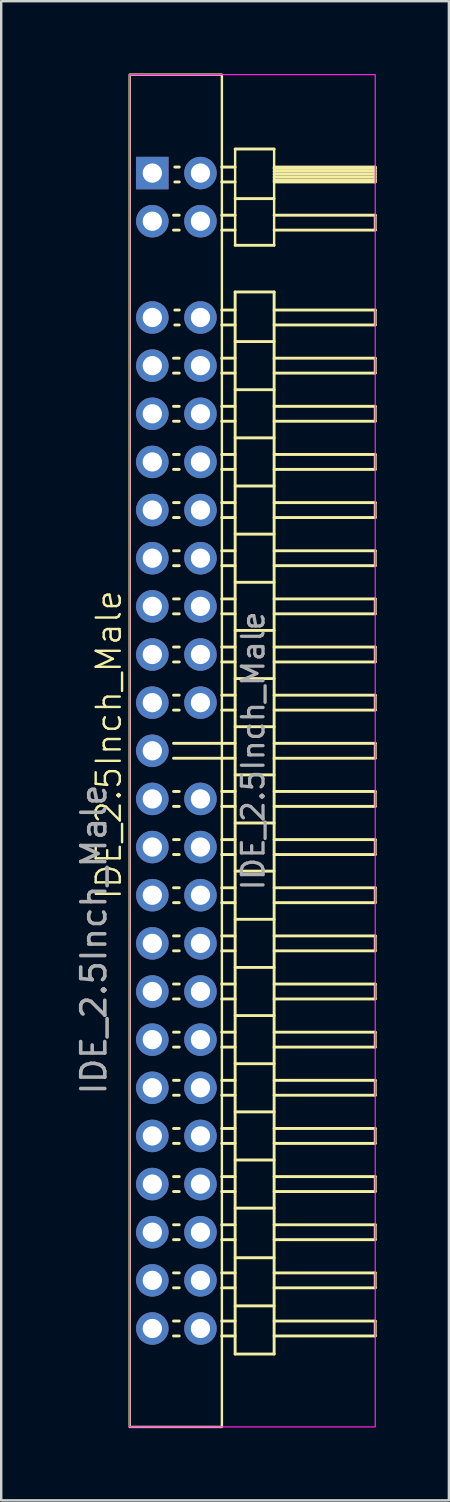
<source format=kicad_pcb>
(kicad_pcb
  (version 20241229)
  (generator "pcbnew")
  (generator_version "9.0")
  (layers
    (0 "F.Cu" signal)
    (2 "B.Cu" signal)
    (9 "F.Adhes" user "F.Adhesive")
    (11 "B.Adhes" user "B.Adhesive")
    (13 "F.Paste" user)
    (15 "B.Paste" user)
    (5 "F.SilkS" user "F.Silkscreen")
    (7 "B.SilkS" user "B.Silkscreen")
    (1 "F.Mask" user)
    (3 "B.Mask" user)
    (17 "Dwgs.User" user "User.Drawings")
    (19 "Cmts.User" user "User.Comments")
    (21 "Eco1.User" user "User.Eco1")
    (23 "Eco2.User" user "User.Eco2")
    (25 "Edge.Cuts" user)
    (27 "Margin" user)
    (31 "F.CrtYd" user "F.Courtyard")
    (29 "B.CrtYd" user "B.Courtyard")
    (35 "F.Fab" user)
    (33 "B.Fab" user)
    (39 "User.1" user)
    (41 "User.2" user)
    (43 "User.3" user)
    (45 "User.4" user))
  (footprint "IDE_2.5Inch_Male"
    (layer "F.Cu")
    (at 2.338 28.14)
    (property "Reference" "IDE_2.5Inch_Male" (at -0.87 -0.25 90) (unlocked yes) (layer "F.SilkS") (effects (font (size 1 1) (thickness 0.1))))
    (fp_line (start 1.822 -22.25) (end 2.058 -22.25) (stroke (width 0.12) (type solid)) (layer "F.SilkS"))
    (fp_line (start 1.822 -21.63) (end 2.058 -21.63) (stroke (width 0.12) (type solid)) (layer "F.SilkS"))
    (fp_line (start 1.822 -16.31) (end 2.058 -16.31) (stroke (width 0.12) (type solid)) (layer "F.SilkS"))
    (fp_line (start 1.822 -15.69) (end 2.058 -15.69) (stroke (width 0.12) (type solid)) (layer "F.SilkS"))
    (fp_line (start 1.822 -14.31) (end 2.058 -14.31) (stroke (width 0.12) (type solid)) (layer "F.SilkS"))
    (fp_line (start 1.822 -13.69) (end 2.058 -13.69) (stroke (width 0.12) (type solid)) (layer "F.SilkS"))
    (fp_line (start 1.822 -12.31) (end 2.058 -12.31) (stroke (width 0.12) (type solid)) (layer "F.SilkS"))
    (fp_line (start 1.822 -11.69) (end 2.058 -11.69) (stroke (width 0.12) (type solid)) (layer "F.SilkS"))
    (fp_line (start 1.822 -10.31) (end 2.058 -10.31) (stroke (width 0.12) (type solid)) (layer "F.SilkS"))
    (fp_line (start 1.822 -9.69) (end 2.058 -9.69) (stroke (width 0.12) (type solid)) (layer "F.SilkS"))
    (fp_line (start 1.822 -8.31) (end 2.058 -8.31) (stroke (width 0.12) (type solid)) (layer "F.SilkS"))
    (fp_line (start 1.822 -7.69) (end 2.058 -7.69) (stroke (width 0.12) (type solid)) (layer "F.SilkS"))
    (fp_line (start 1.822 -6.31) (end 2.058 -6.31) (stroke (width 0.12) (type solid)) (layer "F.SilkS"))
    (fp_line (start 1.822 -5.69) (end 2.058 -5.69) (stroke (width 0.12) (type solid)) (layer "F.SilkS"))
    (fp_line (start 1.822 -4.31) (end 2.058 -4.31) (stroke (width 0.12) (type solid)) (layer "F.SilkS"))
    (fp_line (start 1.822 -3.69) (end 2.058 -3.69) (stroke (width 0.12) (type solid)) (layer "F.SilkS"))
    (fp_line (start 1.822 -2.31) (end 2.058 -2.31) (stroke (width 0.12) (type solid)) (layer "F.SilkS"))
    (fp_line (start 1.822 -1.69) (end 2.058 -1.69) (stroke (width 0.12) (type solid)) (layer "F.SilkS"))
    (fp_line (start 1.822 -0.31) (end 4.38 -0.31) (stroke (width 0.12) (type solid)) (layer "F.SilkS"))
    (fp_line (start 1.822 0.31) (end 4.38 0.31) (stroke (width 0.12) (type solid)) (layer "F.SilkS"))
    (fp_line (start 1.822 1.69) (end 2.058 1.69) (stroke (width 0.12) (type solid)) (layer "F.SilkS"))
    (fp_line (start 1.822 2.31) (end 2.058 2.31) (stroke (width 0.12) (type solid)) (layer "F.SilkS"))
    (fp_line (start 1.822 3.69) (end 2.058 3.69) (stroke (width 0.12) (type solid)) (layer "F.SilkS"))
    (fp_line (start 1.822 4.31) (end 2.058 4.31) (stroke (width 0.12) (type solid)) (layer "F.SilkS"))
    (fp_line (start 1.822 5.69) (end 2.058 5.69) (stroke (width 0.12) (type solid)) (layer "F.SilkS"))
    (fp_line (start 1.822 6.31) (end 2.058 6.31) (stroke (width 0.12) (type solid)) (layer "F.SilkS"))
    (fp_line (start 1.822 7.69) (end 2.058 7.69) (stroke (width 0.12) (type solid)) (layer "F.SilkS"))
    (fp_line (start 1.822 8.31) (end 2.058 8.31) (stroke (width 0.12) (type solid)) (layer "F.SilkS"))
    (fp_line (start 1.822 9.69) (end 2.058 9.69) (stroke (width 0.12) (type solid)) (layer "F.SilkS"))
    (fp_line (start 1.822 10.31) (end 2.058 10.31) (stroke (width 0.12) (type solid)) (layer "F.SilkS"))
    (fp_line (start 1.822 11.69) (end 2.058 11.69) (stroke (width 0.12) (type solid)) (layer "F.SilkS"))
    (fp_line (start 1.822 12.31) (end 2.058 12.31) (stroke (width 0.12) (type solid)) (layer "F.SilkS"))
    (fp_line (start 1.822 13.69) (end 2.058 13.69) (stroke (width 0.12) (type solid)) (layer "F.SilkS"))
    (fp_line (start 1.822 14.31) (end 2.058 14.31) (stroke (width 0.12) (type solid)) (layer "F.SilkS"))
    (fp_line (start 1.822 15.69) (end 2.058 15.69) (stroke (width 0.12) (type solid)) (layer "F.SilkS"))
    (fp_line (start 1.822 16.31) (end 2.058 16.31) (stroke (width 0.12) (type solid)) (layer "F.SilkS"))
    (fp_line (start 1.822 17.69) (end 2.058 17.69) (stroke (width 0.12) (type solid)) (layer "F.SilkS"))
    (fp_line (start 1.822 18.31) (end 2.058 18.31) (stroke (width 0.12) (type solid)) (layer "F.SilkS"))
    (fp_line (start 1.822 19.69) (end 2.058 19.69) (stroke (width 0.12) (type solid)) (layer "F.SilkS"))
    (fp_line (start 1.822 20.31) (end 2.058 20.31) (stroke (width 0.12) (type solid)) (layer "F.SilkS"))
    (fp_line (start 1.822 21.69) (end 2.058 21.69) (stroke (width 0.12) (type solid)) (layer "F.SilkS"))
    (fp_line (start 1.822 22.31) (end 2.058 22.31) (stroke (width 0.12) (type solid)) (layer "F.SilkS"))
    (fp_line (start 1.822 23.69) (end 2.058 23.69) (stroke (width 0.12) (type solid)) (layer "F.SilkS"))
    (fp_line (start 1.822 24.31) (end 2.058 24.31) (stroke (width 0.12) (type solid)) (layer "F.SilkS"))
    (fp_line (start 1.875 -24.25) (end 2.058 -24.25) (stroke (width 0.12) (type solid)) (layer "F.SilkS"))
    (fp_line (start 1.875 -23.63) (end 2.058 -23.63) (stroke (width 0.12) (type solid)) (layer "F.SilkS"))
    (fp_line (start 1.875 -18.31) (end 2.058 -18.31) (stroke (width 0.12) (type solid)) (layer "F.SilkS"))
    (fp_line (start 1.875 -17.69) (end 2.058 -17.69) (stroke (width 0.12) (type solid)) (layer "F.SilkS"))
    (fp_line (start 3.822 -24.25) (end 4.38 -24.25) (stroke (width 0.12) (type solid)) (layer "F.SilkS"))
    (fp_line (start 3.822 -23.63) (end 4.38 -23.63) (stroke (width 0.12) (type solid)) (layer "F.SilkS"))
    (fp_line (start 3.822 -22.25) (end 4.38 -22.25) (stroke (width 0.12) (type solid)) (layer "F.SilkS"))
    (fp_line (start 3.822 -21.63) (end 4.38 -21.63) (stroke (width 0.12) (type solid)) (layer "F.SilkS"))
    (fp_line (start 3.822 -18.31) (end 4.38 -18.31) (stroke (width 0.12) (type solid)) (layer "F.SilkS"))
    (fp_line (start 3.822 -17.69) (end 4.38 -17.69) (stroke (width 0.12) (type solid)) (layer "F.SilkS"))
    (fp_line (start 3.822 -16.31) (end 4.38 -16.31) (stroke (width 0.12) (type solid)) (layer "F.SilkS"))
    (fp_line (start 3.822 -15.69) (end 4.38 -15.69) (stroke (width 0.12) (type solid)) (layer "F.SilkS"))
    (fp_line (start 3.822 -14.31) (end 4.38 -14.31) (stroke (width 0.12) (type solid)) (layer "F.SilkS"))
    (fp_line (start 3.822 -13.69) (end 4.38 -13.69) (stroke (width 0.12) (type solid)) (layer "F.SilkS"))
    (fp_line (start 3.822 -12.31) (end 4.38 -12.31) (stroke (width 0.12) (type solid)) (layer "F.SilkS"))
    (fp_line (start 3.822 -11.69) (end 4.38 -11.69) (stroke (width 0.12) (type solid)) (layer "F.SilkS"))
    (fp_line (start 3.822 -10.31) (end 4.38 -10.31) (stroke (width 0.12) (type solid)) (layer "F.SilkS"))
    (fp_line (start 3.822 -9.69) (end 4.38 -9.69) (stroke (width 0.12) (type solid)) (layer "F.SilkS"))
    (fp_line (start 3.822 -8.31) (end 4.38 -8.31) (stroke (width 0.12) (type solid)) (layer "F.SilkS"))
    (fp_line (start 3.822 -7.69) (end 4.38 -7.69) (stroke (width 0.12) (type solid)) (layer "F.SilkS"))
    (fp_line (start 3.822 -6.31) (end 4.38 -6.31) (stroke (width 0.12) (type solid)) (layer "F.SilkS"))
    (fp_line (start 3.822 -5.69) (end 4.38 -5.69) (stroke (width 0.12) (type solid)) (layer "F.SilkS"))
    (fp_line (start 3.822 -4.31) (end 4.38 -4.31) (stroke (width 0.12) (type solid)) (layer "F.SilkS"))
    (fp_line (start 3.822 -3.69) (end 4.38 -3.69) (stroke (width 0.12) (type solid)) (layer "F.SilkS"))
    (fp_line (start 3.822 -2.31) (end 4.38 -2.31) (stroke (width 0.12) (type solid)) (layer "F.SilkS"))
    (fp_line (start 3.822 -1.69) (end 4.38 -1.69) (stroke (width 0.12) (type solid)) (layer "F.SilkS"))
    (fp_line (start 3.822 1.69) (end 4.38 1.69) (stroke (width 0.12) (type solid)) (layer "F.SilkS"))
    (fp_line (start 3.822 2.31) (end 4.38 2.31) (stroke (width 0.12) (type solid)) (layer "F.SilkS"))
    (fp_line (start 3.822 3.69) (end 4.38 3.69) (stroke (width 0.12) (type solid)) (layer "F.SilkS"))
    (fp_line (start 3.822 4.31) (end 4.38 4.31) (stroke (width 0.12) (type solid)) (layer "F.SilkS"))
    (fp_line (start 3.822 5.69) (end 4.38 5.69) (stroke (width 0.12) (type solid)) (layer "F.SilkS"))
    (fp_line (start 3.822 6.31) (end 4.38 6.31) (stroke (width 0.12) (type solid)) (layer "F.SilkS"))
    (fp_line (start 3.822 7.69) (end 4.38 7.69) (stroke (width 0.12) (type solid)) (layer "F.SilkS"))
    (fp_line (start 3.822 8.31) (end 4.38 8.31) (stroke (width 0.12) (type solid)) (layer "F.SilkS"))
    (fp_line (start 3.822 9.69) (end 4.38 9.69) (stroke (width 0.12) (type solid)) (layer "F.SilkS"))
    (fp_line (start 3.822 10.31) (end 4.38 10.31) (stroke (width 0.12) (type solid)) (layer "F.SilkS"))
    (fp_line (start 3.822 11.69) (end 4.38 11.69) (stroke (width 0.12) (type solid)) (layer "F.SilkS"))
    (fp_line (start 3.822 12.31) (end 4.38 12.31) (stroke (width 0.12) (type solid)) (layer "F.SilkS"))
    (fp_line (start 3.822 13.69) (end 4.38 13.69) (stroke (width 0.12) (type solid)) (layer "F.SilkS"))
    (fp_line (start 3.822 14.31) (end 4.38 14.31) (stroke (width 0.12) (type solid)) (layer "F.SilkS"))
    (fp_line (start 3.822 15.69) (end 4.38 15.69) (stroke (width 0.12) (type solid)) (layer "F.SilkS"))
    (fp_line (start 3.822 16.31) (end 4.38 16.31) (stroke (width 0.12) (type solid)) (layer "F.SilkS"))
    (fp_line (start 3.822 17.69) (end 4.38 17.69) (stroke (width 0.12) (type solid)) (layer "F.SilkS"))
    (fp_line (start 3.822 18.31) (end 4.38 18.31) (stroke (width 0.12) (type solid)) (layer "F.SilkS"))
    (fp_line (start 3.822 19.69) (end 4.38 19.69) (stroke (width 0.12) (type solid)) (layer "F.SilkS"))
    (fp_line (start 3.822 20.31) (end 4.38 20.31) (stroke (width 0.12) (type solid)) (layer "F.SilkS"))
    (fp_line (start 3.822 21.69) (end 4.38 21.69) (stroke (width 0.12) (type solid)) (layer "F.SilkS"))
    (fp_line (start 3.822 22.31) (end 4.38 22.31) (stroke (width 0.12) (type solid)) (layer "F.SilkS"))
    (fp_line (start 3.822 23.69) (end 4.38 23.69) (stroke (width 0.12) (type solid)) (layer "F.SilkS"))
    (fp_line (start 3.822 24.31) (end 4.38 24.31) (stroke (width 0.12) (type solid)) (layer "F.SilkS"))
    (fp_line (start 4.38 -25) (end 4.38 -21) (stroke (width 0.1) (type default)) (layer "F.SilkS"))
    (fp_line (start 4.38 -22.94) (end 6 -22.94) (stroke (width 0.12) (type solid)) (layer "F.SilkS"))
    (fp_line (start 4.38 -21) (end 6 -21) (stroke (width 0.12) (type solid)) (layer "F.SilkS"))
    (fp_line (start 4.38 -19.06) (end 4.38 25.06) (stroke (width 0.12) (type solid)) (layer "F.SilkS"))
    (fp_line (start 4.38 -17) (end 6 -17) (stroke (width 0.12) (type solid)) (layer "F.SilkS"))
    (fp_line (start 4.38 -15) (end 6 -15) (stroke (width 0.12) (type solid)) (layer "F.SilkS"))
    (fp_line (start 4.38 -13) (end 6 -13) (stroke (width 0.12) (type solid)) (layer "F.SilkS"))
    (fp_line (start 4.38 -11) (end 6 -11) (stroke (width 0.12) (type solid)) (layer "F.SilkS"))
    (fp_line (start 4.38 -9) (end 6 -9) (stroke (width 0.12) (type solid)) (layer "F.SilkS"))
    (fp_line (start 4.38 -7) (end 6 -7) (stroke (width 0.12) (type solid)) (layer "F.SilkS"))
    (fp_line (start 4.38 -5) (end 6 -5) (stroke (width 0.12) (type solid)) (layer "F.SilkS"))
    (fp_line (start 4.38 -3) (end 6 -3) (stroke (width 0.12) (type solid)) (layer "F.SilkS"))
    (fp_line (start 4.38 -1) (end 6 -1) (stroke (width 0.12) (type solid)) (layer "F.SilkS"))
    (fp_line (start 4.38 1) (end 6 1) (stroke (width 0.12) (type solid)) (layer "F.SilkS"))
    (fp_line (start 4.38 3) (end 6 3) (stroke (width 0.12) (type solid)) (layer "F.SilkS"))
    (fp_line (start 4.38 5) (end 6 5) (stroke (width 0.12) (type solid)) (layer "F.SilkS"))
    (fp_line (start 4.38 7) (end 6 7) (stroke (width 0.12) (type solid)) (layer "F.SilkS"))
    (fp_line (start 4.38 9) (end 6 9) (stroke (width 0.12) (type solid)) (layer "F.SilkS"))
    (fp_line (start 4.38 11) (end 6 11) (stroke (width 0.12) (type solid)) (layer "F.SilkS"))
    (fp_line (start 4.38 13) (end 6 13) (stroke (width 0.12) (type solid)) (layer "F.SilkS"))
    (fp_line (start 4.38 15) (end 6 15) (stroke (width 0.12) (type solid)) (layer "F.SilkS"))
    (fp_line (start 4.38 17) (end 6 17) (stroke (width 0.12) (type solid)) (layer "F.SilkS"))
    (fp_line (start 4.38 19) (end 6 19) (stroke (width 0.12) (type solid)) (layer "F.SilkS"))
    (fp_line (start 4.38 21.06) (end 6 21.06) (stroke (width 0.12) (type solid)) (layer "F.SilkS"))
    (fp_line (start 4.38 23.06) (end 6 23.06) (stroke (width 0.12) (type solid)) (layer "F.SilkS"))
    (fp_line (start 4.38 25.06) (end 6 25.06) (stroke (width 0.12) (type solid)) (layer "F.SilkS"))
    (fp_line (start 6 -25) (end 4.38 -25) (stroke (width 0.12) (type solid)) (layer "F.SilkS"))
    (fp_line (start 6 -24.25) (end 10.2 -24.25) (stroke (width 0.12) (type solid)) (layer "F.SilkS"))
    (fp_line (start 6 -24.19) (end 10.2 -24.19) (stroke (width 0.12) (type solid)) (layer "F.SilkS"))
    (fp_line (start 6 -24.07) (end 10.2 -24.07) (stroke (width 0.12) (type solid)) (layer "F.SilkS"))
    (fp_line (start 6 -23.95) (end 10.2 -23.95) (stroke (width 0.12) (type solid)) (layer "F.SilkS"))
    (fp_line (start 6 -23.83) (end 10.2 -23.83) (stroke (width 0.12) (type solid)) (layer "F.SilkS"))
    (fp_line (start 6 -23.71) (end 10.2 -23.71) (stroke (width 0.12) (type solid)) (layer "F.SilkS"))
    (fp_line (start 6 -22.25) (end 10.2 -22.25) (stroke (width 0.12) (type solid)) (layer "F.SilkS"))
    (fp_line (start 6 -21) (end 6 -25) (stroke (width 0.1) (type default)) (layer "F.SilkS"))
    (fp_line (start 6 -19.06) (end 4.38 -19.06) (stroke (width 0.12) (type solid)) (layer "F.SilkS"))
    (fp_line (start 6 -18.31) (end 10.2 -18.31) (stroke (width 0.12) (type solid)) (layer "F.SilkS"))
    (fp_line (start 6 -16.31) (end 10.2 -16.31) (stroke (width 0.12) (type solid)) (layer "F.SilkS"))
    (fp_line (start 6 -14.31) (end 10.2 -14.31) (stroke (width 0.12) (type solid)) (layer "F.SilkS"))
    (fp_line (start 6 -12.31) (end 10.2 -12.31) (stroke (width 0.12) (type solid)) (layer "F.SilkS"))
    (fp_line (start 6 -10.31) (end 10.2 -10.31) (stroke (width 0.12) (type solid)) (layer "F.SilkS"))
    (fp_line (start 6 -8.31) (end 10.2 -8.31) (stroke (width 0.12) (type solid)) (layer "F.SilkS"))
    (fp_line (start 6 -6.31) (end 10.2 -6.31) (stroke (width 0.12) (type solid)) (layer "F.SilkS"))
    (fp_line (start 6 -4.31) (end 10.2 -4.31) (stroke (width 0.12) (type solid)) (layer "F.SilkS"))
    (fp_line (start 6 -2.31) (end 10.2 -2.31) (stroke (width 0.12) (type solid)) (layer "F.SilkS"))
    (fp_line (start 6 -0.31) (end 10.2 -0.31) (stroke (width 0.12) (type solid)) (layer "F.SilkS"))
    (fp_line (start 6 1.69) (end 10.2 1.69) (stroke (width 0.12) (type solid)) (layer "F.SilkS"))
    (fp_line (start 6 3.69) (end 10.2 3.69) (stroke (width 0.12) (type solid)) (layer "F.SilkS"))
    (fp_line (start 6 5.69) (end 10.2 5.69) (stroke (width 0.12) (type solid)) (layer "F.SilkS"))
    (fp_line (start 6 7.69) (end 10.2 7.69) (stroke (width 0.12) (type solid)) (layer "F.SilkS"))
    (fp_line (start 6 9.69) (end 10.2 9.69) (stroke (width 0.12) (type solid)) (layer "F.SilkS"))
    (fp_line (start 6 11.69) (end 10.2 11.69) (stroke (width 0.12) (type solid)) (layer "F.SilkS"))
    (fp_line (start 6 13.69) (end 10.2 13.69) (stroke (width 0.12) (type solid)) (layer "F.SilkS"))
    (fp_line (start 6 15.69) (end 10.2 15.69) (stroke (width 0.12) (type solid)) (layer "F.SilkS"))
    (fp_line (start 6 17.69) (end 10.2 17.69) (stroke (width 0.12) (type solid)) (layer "F.SilkS"))
    (fp_line (start 6 19.69) (end 10.2 19.69) (stroke (width 0.12) (type solid)) (layer "F.SilkS"))
    (fp_line (start 6 21.69) (end 10.2 21.69) (stroke (width 0.12) (type solid)) (layer "F.SilkS"))
    (fp_line (start 6 23.69) (end 10.2 23.69) (stroke (width 0.12) (type solid)) (layer "F.SilkS"))
    (fp_line (start 6 25.06) (end 6 -19.06) (stroke (width 0.12) (type solid)) (layer "F.SilkS"))
    (fp_line (start 10.2 -24.25) (end 10.2 -23.63) (stroke (width 0.12) (type solid)) (layer "F.SilkS"))
    (fp_line (start 10.2 -23.63) (end 6 -23.63) (stroke (width 0.12) (type solid)) (layer "F.SilkS"))
    (fp_line (start 10.2 -22.25) (end 10.2 -21.63) (stroke (width 0.12) (type solid)) (layer "F.SilkS"))
    (fp_line (start 10.2 -21.63) (end 6 -21.63) (stroke (width 0.12) (type solid)) (layer "F.SilkS"))
    (fp_line (start 10.2 -18.31) (end 10.2 -17.69) (stroke (width 0.12) (type solid)) (layer "F.SilkS"))
    (fp_line (start 10.2 -17.69) (end 6 -17.69) (stroke (width 0.12) (type solid)) (layer "F.SilkS"))
    (fp_line (start 10.2 -16.31) (end 10.2 -15.69) (stroke (width 0.12) (type solid)) (layer "F.SilkS"))
    (fp_line (start 10.2 -15.69) (end 6 -15.69) (stroke (width 0.12) (type solid)) (layer "F.SilkS"))
    (fp_line (start 10.2 -14.31) (end 10.2 -13.69) (stroke (width 0.12) (type solid)) (layer "F.SilkS"))
    (fp_line (start 10.2 -13.69) (end 6 -13.69) (stroke (width 0.12) (type solid)) (layer "F.SilkS"))
    (fp_line (start 10.2 -12.31) (end 10.2 -11.69) (stroke (width 0.12) (type solid)) (layer "F.SilkS"))
    (fp_line (start 10.2 -11.69) (end 6 -11.69) (stroke (width 0.12) (type solid)) (layer "F.SilkS"))
    (fp_line (start 10.2 -10.31) (end 10.2 -9.69) (stroke (width 0.12) (type solid)) (layer "F.SilkS"))
    (fp_line (start 10.2 -9.69) (end 6 -9.69) (stroke (width 0.12) (type solid)) (layer "F.SilkS"))
    (fp_line (start 10.2 -8.31) (end 10.2 -7.69) (stroke (width 0.12) (type solid)) (layer "F.SilkS"))
    (fp_line (start 10.2 -7.69) (end 6 -7.69) (stroke (width 0.12) (type solid)) (layer "F.SilkS"))
    (fp_line (start 10.2 -6.31) (end 10.2 -5.69) (stroke (width 0.12) (type solid)) (layer "F.SilkS"))
    (fp_line (start 10.2 -5.69) (end 6 -5.69) (stroke (width 0.12) (type solid)) (layer "F.SilkS"))
    (fp_line (start 10.2 -4.31) (end 10.2 -3.69) (stroke (width 0.12) (type solid)) (layer "F.SilkS"))
    (fp_line (start 10.2 -3.69) (end 6 -3.69) (stroke (width 0.12) (type solid)) (layer "F.SilkS"))
    (fp_line (start 10.2 -2.31) (end 10.2 -1.69) (stroke (width 0.12) (type solid)) (layer "F.SilkS"))
    (fp_line (start 10.2 -1.69) (end 6 -1.69) (stroke (width 0.12) (type solid)) (layer "F.SilkS"))
    (fp_line (start 10.2 -0.31) (end 10.2 0.31) (stroke (width 0.12) (type solid)) (layer "F.SilkS"))
    (fp_line (start 10.2 0.31) (end 6 0.31) (stroke (width 0.12) (type solid)) (layer "F.SilkS"))
    (fp_line (start 10.2 1.69) (end 10.2 2.31) (stroke (width 0.12) (type solid)) (layer "F.SilkS"))
    (fp_line (start 10.2 2.31) (end 6 2.31) (stroke (width 0.12) (type solid)) (layer "F.SilkS"))
    (fp_line (start 10.2 3.69) (end 10.2 4.31) (stroke (width 0.12) (type solid)) (layer "F.SilkS"))
    (fp_line (start 10.2 4.31) (end 6 4.31) (stroke (width 0.12) (type solid)) (layer "F.SilkS"))
    (fp_line (start 10.2 5.69) (end 10.2 6.31) (stroke (width 0.12) (type solid)) (layer "F.SilkS"))
    (fp_line (start 10.2 6.31) (end 6 6.31) (stroke (width 0.12) (type solid)) (layer "F.SilkS"))
    (fp_line (start 10.2 7.69) (end 10.2 8.31) (stroke (width 0.12) (type solid)) (layer "F.SilkS"))
    (fp_line (start 10.2 8.31) (end 6 8.31) (stroke (width 0.12) (type solid)) (layer "F.SilkS"))
    (fp_line (start 10.2 9.69) (end 10.2 10.31) (stroke (width 0.12) (type solid)) (layer "F.SilkS"))
    (fp_line (start 10.2 10.31) (end 6 10.31) (stroke (width 0.12) (type solid)) (layer "F.SilkS"))
    (fp_line (start 10.2 11.69) (end 10.2 12.31) (stroke (width 0.12) (type solid)) (layer "F.SilkS"))
    (fp_line (start 10.2 12.31) (end 6 12.31) (stroke (width 0.12) (type solid)) (layer "F.SilkS"))
    (fp_line (start 10.2 13.69) (end 10.2 14.31) (stroke (width 0.12) (type solid)) (layer "F.SilkS"))
    (fp_line (start 10.2 14.31) (end 6 14.31) (stroke (width 0.12) (type solid)) (layer "F.SilkS"))
    (fp_line (start 10.2 15.69) (end 10.2 16.31) (stroke (width 0.12) (type solid)) (layer "F.SilkS"))
    (fp_line (start 10.2 16.31) (end 6 16.31) (stroke (width 0.12) (type solid)) (layer "F.SilkS"))
    (fp_line (start 10.2 17.69) (end 10.2 18.31) (stroke (width 0.12) (type solid)) (layer "F.SilkS"))
    (fp_line (start 10.2 18.31) (end 6 18.31) (stroke (width 0.12) (type solid)) (layer "F.SilkS"))
    (fp_line (start 10.2 19.69) (end 10.2 20.31) (stroke (width 0.12) (type solid)) (layer "F.SilkS"))
    (fp_line (start 10.2 20.31) (end 6 20.31) (stroke (width 0.12) (type solid)) (layer "F.SilkS"))
    (fp_line (start 10.2 21.69) (end 10.2 22.31) (stroke (width 0.12) (type solid)) (layer "F.SilkS"))
    (fp_line (start 10.2 22.31) (end 6 22.31) (stroke (width 0.12) (type solid)) (layer "F.SilkS"))
    (fp_line (start 10.2 23.69) (end 10.2 24.31) (stroke (width 0.12) (type solid)) (layer "F.SilkS"))
    (fp_line (start 10.2 24.31) (end 6 24.31) (stroke (width 0.12) (type solid)) (layer "F.SilkS"))
    (fp_rect (start 0 -28.09) (end 3.83 28.09) (stroke (width 0.1) (type default)) (fill no) (layer "F.SilkS"))
    (fp_rect (start 0 -28.09) (end 10.2 28.09) (stroke (width 0.05) (type default)) (fill no) (layer "F.CrtYd"))
    (fp_text user "${REFERENCE}" (at 5.13 0 90) (layer "F.Fab") (effects (font (size 0.9 0.9) (thickness 0.135))))
    (fp_text user "${REFERENCE}" (at -1.49 7.84 90) (unlocked yes) (layer "F.Fab") (effects (font (size 1 1) (thickness 0.15))))
    (pad "1" thru_hole oval (at 0.94 -18) (size 1.35 1.35) (drill 0.8) (layers "*.Cu" "*.Mask"))
    (pad "2" thru_hole oval (at 2.94 -18) (size 1.35 1.35) (drill 0.8) (layers "*.Cu" "*.Mask"))
    (pad "3" thru_hole oval (at 0.94 -16) (size 1.35 1.35) (drill 0.8) (layers "*.Cu" "*.Mask"))
    (pad "4" thru_hole oval (at 2.94 -16) (size 1.35 1.35) (drill 0.8) (layers "*.Cu" "*.Mask"))
    (pad "5" thru_hole oval (at 0.94 -14) (size 1.35 1.35) (drill 0.8) (layers "*.Cu" "*.Mask"))
    (pad "6" thru_hole oval (at 2.94 -14) (size 1.35 1.35) (drill 0.8) (layers "*.Cu" "*.Mask"))
    (pad "7" thru_hole oval (at 0.94 -12) (size 1.35 1.35) (drill 0.8) (layers "*.Cu" "*.Mask"))
    (pad "8" thru_hole oval (at 2.94 -12) (size 1.35 1.35) (drill 0.8) (layers "*.Cu" "*.Mask"))
    (pad "9" thru_hole oval (at 0.94 -10) (size 1.35 1.35) (drill 0.8) (layers "*.Cu" "*.Mask"))
    (pad "10" thru_hole oval (at 2.94 -10) (size 1.35 1.35) (drill 0.8) (layers "*.Cu" "*.Mask"))
    (pad "11" thru_hole oval (at 0.94 -8) (size 1.35 1.35) (drill 0.8) (layers "*.Cu" "*.Mask"))
    (pad "12" thru_hole oval (at 2.94 -8) (size 1.35 1.35) (drill 0.8) (layers "*.Cu" "*.Mask"))
    (pad "13" thru_hole oval (at 0.94 -6) (size 1.35 1.35) (drill 0.8) (layers "*.Cu" "*.Mask"))
    (pad "14" thru_hole oval (at 2.94 -6) (size 1.35 1.35) (drill 0.8) (layers "*.Cu" "*.Mask"))
    (pad "15" thru_hole oval (at 0.94 -4) (size 1.35 1.35) (drill 0.8) (layers "*.Cu" "*.Mask"))
    (pad "16" thru_hole oval (at 2.94 -4) (size 1.35 1.35) (drill 0.8) (layers "*.Cu" "*.Mask"))
    (pad "17" thru_hole oval (at 0.94 -2) (size 1.35 1.35) (drill 0.8) (layers "*.Cu" "*.Mask"))
    (pad "18" thru_hole oval (at 2.94 -2) (size 1.35 1.35) (drill 0.8) (layers "*.Cu" "*.Mask"))
    (pad "19" thru_hole oval (at 0.94 0) (size 1.35 1.35) (drill 0.8) (layers "*.Cu" "*.Mask"))
    (pad "21" thru_hole oval (at 0.94 2) (size 1.35 1.35) (drill 0.8) (layers "*.Cu" "*.Mask"))
    (pad "22" thru_hole oval (at 2.94 2) (size 1.35 1.35) (drill 0.8) (layers "*.Cu" "*.Mask"))
    (pad "23" thru_hole oval (at 0.94 4) (size 1.35 1.35) (drill 0.8) (layers "*.Cu" "*.Mask"))
    (pad "24" thru_hole oval (at 2.94 4) (size 1.35 1.35) (drill 0.8) (layers "*.Cu" "*.Mask"))
    (pad "25" thru_hole oval (at 0.94 6) (size 1.35 1.35) (drill 0.8) (layers "*.Cu" "*.Mask"))
    (pad "26" thru_hole oval (at 2.94 6) (size 1.35 1.35) (drill 0.8) (layers "*.Cu" "*.Mask"))
    (pad "27" thru_hole oval (at 0.94 8) (size 1.35 1.35) (drill 0.8) (layers "*.Cu" "*.Mask"))
    (pad "28" thru_hole oval (at 2.94 8) (size 1.35 1.35) (drill 0.8) (layers "*.Cu" "*.Mask"))
    (pad "29" thru_hole oval (at 0.94 10) (size 1.35 1.35) (drill 0.8) (layers "*.Cu" "*.Mask"))
    (pad "30" thru_hole oval (at 2.94 10) (size 1.35 1.35) (drill 0.8) (layers "*.Cu" "*.Mask"))
    (pad "31" thru_hole oval (at 0.94 12) (size 1.35 1.35) (drill 0.8) (layers "*.Cu" "*.Mask"))
    (pad "32" thru_hole oval (at 2.94 12) (size 1.35 1.35) (drill 0.8) (layers "*.Cu" "*.Mask"))
    (pad "33" thru_hole oval (at 0.94 14) (size 1.35 1.35) (drill 0.8) (layers "*.Cu" "*.Mask"))
    (pad "34" thru_hole oval (at 2.94 14) (size 1.35 1.35) (drill 0.8) (layers "*.Cu" "*.Mask"))
    (pad "35" thru_hole oval (at 0.94 16) (size 1.35 1.35) (drill 0.8) (layers "*.Cu" "*.Mask"))
    (pad "36" thru_hole oval (at 2.94 16) (size 1.35 1.35) (drill 0.8) (layers "*.Cu" "*.Mask"))
    (pad "37" thru_hole oval (at 0.94 18) (size 1.35 1.35) (drill 0.8) (layers "*.Cu" "*.Mask"))
    (pad "38" thru_hole oval (at 2.94 18) (size 1.35 1.35) (drill 0.8) (layers "*.Cu" "*.Mask"))
    (pad "39" thru_hole oval (at 0.94 20) (size 1.35 1.35) (drill 0.8) (layers "*.Cu" "*.Mask"))
    (pad "40" thru_hole oval (at 2.94 20) (size 1.35 1.35) (drill 0.8) (layers "*.Cu" "*.Mask"))
    (pad "41" thru_hole oval (at 0.94 22) (size 1.35 1.35) (drill 0.8) (layers "*.Cu" "*.Mask"))
    (pad "42" thru_hole oval (at 2.94 22) (size 1.35 1.35) (drill 0.8) (layers "*.Cu" "*.Mask"))
    (pad "43" thru_hole oval (at 0.94 24) (size 1.35 1.35) (drill 0.8) (layers "*.Cu" "*.Mask"))
    (pad "44" thru_hole oval (at 2.94 24) (size 1.35 1.35) (drill 0.8) (layers "*.Cu" "*.Mask"))
    (pad "A" thru_hole rect (at 0.94 -24) (size 1.35 1.35) (drill 0.8) (layers "*.Cu" "*.Mask"))
    (pad "B" thru_hole oval (at 2.94 -24) (size 1.35 1.35) (drill 0.8) (layers "*.Cu" "*.Mask"))
    (pad "C" thru_hole oval (at 0.94 -22) (size 1.35 1.35) (drill 0.8) (layers "*.Cu" "*.Mask"))
    (pad "D" thru_hole oval (at 2.94 -22) (size 1.35 1.35) (drill 0.8) (layers "*.Cu" "*.Mask")))
  (gr_rect
    (start -3 -3)
    (end 15.598 59.28)
    (stroke (width 0.1) (type default))
    (fill no)
    (layer "Edge.Cuts")))
</source>
